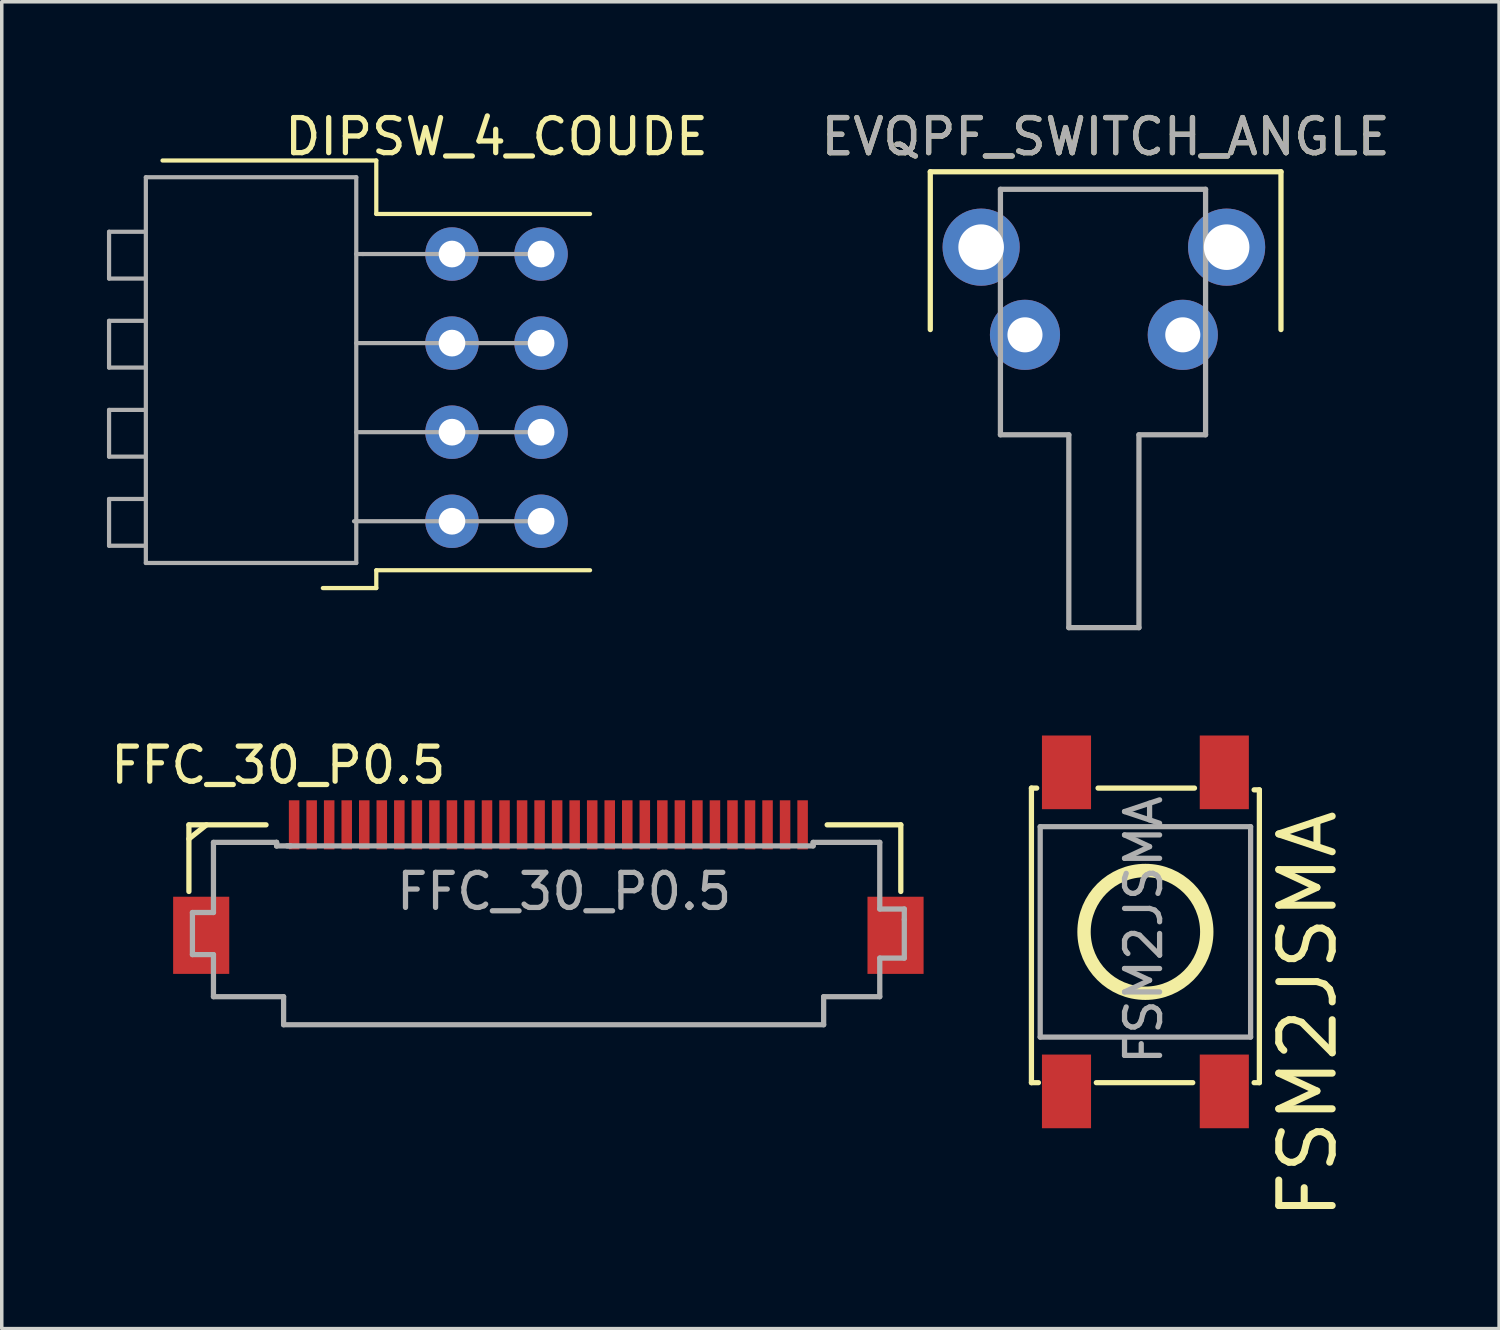
<source format=kicad_pcb>
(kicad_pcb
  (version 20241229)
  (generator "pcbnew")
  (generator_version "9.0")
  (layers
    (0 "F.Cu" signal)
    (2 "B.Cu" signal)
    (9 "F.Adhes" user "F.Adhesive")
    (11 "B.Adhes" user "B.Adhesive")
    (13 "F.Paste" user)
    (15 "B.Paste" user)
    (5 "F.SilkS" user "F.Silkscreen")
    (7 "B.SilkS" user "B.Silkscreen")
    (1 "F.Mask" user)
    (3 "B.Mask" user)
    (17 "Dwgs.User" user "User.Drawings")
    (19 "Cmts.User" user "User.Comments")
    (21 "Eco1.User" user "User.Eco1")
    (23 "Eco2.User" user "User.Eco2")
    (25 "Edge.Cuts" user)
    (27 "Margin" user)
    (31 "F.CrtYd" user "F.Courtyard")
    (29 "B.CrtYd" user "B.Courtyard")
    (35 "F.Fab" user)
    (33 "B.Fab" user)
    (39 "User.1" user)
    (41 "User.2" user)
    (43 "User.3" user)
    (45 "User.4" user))
  (footprint "FSM2JSMA"
    (layer "F.Cu")
    (at 29.612 23.523)
    (property "Reference" "FSM2JSMA" (at 4.632 2.36 90) (layer "F.SilkS") (effects (font (size 1.524 1.524) (thickness 0.2))))
    (attr through_hole)
    (fp_line (start -3.25 -4.1) (end -3.1 -4.1) (stroke (width 0.15) (type solid)) (layer "F.SilkS"))
    (fp_line (start -3.25 4.3) (end -3.25 -4.1) (stroke (width 0.15) (type solid)) (layer "F.SilkS"))
    (fp_line (start -3.05 4.3) (end -3.25 4.3) (stroke (width 0.15) (type solid)) (layer "F.SilkS"))
    (fp_line (start -1.35 -4.1) (end 1.4 -4.1) (stroke (width 0.15) (type solid)) (layer "F.SilkS"))
    (fp_line (start 1.35 4.3) (end -1.4 4.3) (stroke (width 0.15) (type solid)) (layer "F.SilkS"))
    (fp_line (start 3.1 -4.05) (end 3.25 -4.05) (stroke (width 0.15) (type solid)) (layer "F.SilkS"))
    (fp_line (start 3.25 -4.05) (end 3.25 4.3) (stroke (width 0.15) (type solid)) (layer "F.SilkS"))
    (fp_line (start 3.25 4.3) (end 3.1 4.3) (stroke (width 0.15) (type solid)) (layer "F.SilkS"))
    (fp_circle (center 0 0) (end 1.75 0) (stroke (width 0.381) (type solid)) (fill no) (layer "F.SilkS"))
    (fp_line (start -3 -3) (end -3 3) (stroke (width 0.15) (type solid)) (layer "F.Fab"))
    (fp_line (start -3 3) (end 3 3) (stroke (width 0.15) (type solid)) (layer "F.Fab"))
    (fp_line (start 3 -3) (end -3 -3) (stroke (width 0.15) (type solid)) (layer "F.Fab"))
    (fp_line (start 3 3) (end 3 -3) (stroke (width 0.15) (type solid)) (layer "F.Fab"))
    (fp_text user "${REFERENCE}" (at -0.05 -0.05 90) (layer "F.Fab") (effects (font (size 1 1) (thickness 0.15))))
    (pad "1" smd rect (at -2.25 -4.549) (size 1.4 2.101) (layers "F.Cu" "F.Mask" "F.Paste"))
    (pad "1" smd rect (at -2.25 4.549) (size 1.4 2.101) (layers "F.Cu" "F.Mask" "F.Paste"))
    (pad "2" smd rect (at 2.25 -4.549) (size 1.4 2.101) (layers "F.Cu" "F.Mask" "F.Paste"))
    (pad "2" smd rect (at 2.25 4.549) (size 1.4 2.101) (layers "F.Cu" "F.Mask" "F.Paste")))
  (footprint "EVQPF_SWITCH_ANGLE"
    (layer "F.Cu")
    (at 28.428 6.498)
    (property "Reference" "EVQPF_SWITCH_ANGLE" (at 0.05 -5.65 0) (layer "F.SilkS") (effects (font (size 1 1) (thickness 0.15))))
    (attr through_hole)
    (fp_line (start -4.95 -4.65) (end 5.05 -4.65) (stroke (width 0.15) (type solid)) (layer "F.SilkS"))
    (fp_line (start -4.95 -0.15) (end -4.95 -4.65) (stroke (width 0.15) (type solid)) (layer "F.SilkS"))
    (fp_line (start 5.05 -4.65) (end 5.05 -0.15) (stroke (width 0.15) (type solid)) (layer "F.SilkS"))
    (fp_line (start -2.95 -4.15) (end 2.9 -4.15) (stroke (width 0.15) (type solid)) (layer "F.Fab"))
    (fp_line (start -2.95 2.85) (end -2.95 -4.15) (stroke (width 0.15) (type solid)) (layer "F.Fab"))
    (fp_line (start -1 2.85) (end -2.95 2.85) (stroke (width 0.15) (type solid)) (layer "F.Fab"))
    (fp_line (start -1 8.35) (end -1 2.85) (stroke (width 0.15) (type solid)) (layer "F.Fab"))
    (fp_line (start 1 2.85) (end 1 8.35) (stroke (width 0.15) (type solid)) (layer "F.Fab"))
    (fp_line (start 1 2.85) (end 2.9 2.85) (stroke (width 0.15) (type solid)) (layer "F.Fab"))
    (fp_line (start 1 8.35) (end -1 8.35) (stroke (width 0.15) (type solid)) (layer "F.Fab"))
    (fp_line (start 2.9 -4.15) (end 2.9 2.85) (stroke (width 0.15) (type solid)) (layer "F.Fab"))
    (fp_text user "${REFERENCE}" (at 0.05 -5.65 0) (layer "F.Fab") (effects (font (size 1 1) (thickness 0.15))))
    (pad "" thru_hole circle (at -3.5 -2.5) (size 2.2 2.2) (drill 1.3) (layers "*.Cu" "*.Mask"))
    (pad "" thru_hole circle (at 3.5 -2.5) (size 2.2 2.2) (drill 1.3) (layers "*.Cu" "*.Mask"))
    (pad "1" thru_hole circle (at -2.25 0) (size 2 2) (drill 1) (layers "*.Cu" "*.Mask"))
    (pad "2" thru_hole circle (at 2.25 0) (size 2 2) (drill 1) (layers "*.Cu" "*.Mask")))
  (footprint "DIPSW_4_COUDE"
    (layer "F.Cu")
    (at 11.109 8.004)
    (property "Reference" "DIPSW_4_COUDE" (at 0 -7.156 0) (layer "F.SilkS") (effects (font (size 1 1) (thickness 0.15))))
    (attr through_hole)
    (fp_line (start -9.525 -6.477) (end -3.429 -6.477) (stroke (width 0.12) (type solid)) (layer "F.SilkS"))
    (fp_line (start -4.953 5.715) (end -3.429 5.715) (stroke (width 0.12) (type solid)) (layer "F.SilkS"))
    (fp_line (start -3.429 -6.477) (end -3.429 -4.953) (stroke (width 0.12) (type solid)) (layer "F.SilkS"))
    (fp_line (start -3.429 -4.953) (end 2.667 -4.953) (stroke (width 0.12) (type solid)) (layer "F.SilkS"))
    (fp_line (start -3.429 5.207) (end 2.667 5.207) (stroke (width 0.12) (type solid)) (layer "F.SilkS"))
    (fp_line (start -3.429 5.715) (end -3.429 5.207) (stroke (width 0.12) (type solid)) (layer "F.SilkS"))
    (fp_line (start -11.049 -4.445) (end -11.049 -3.111) (stroke (width 0.12) (type solid)) (layer "F.Fab"))
    (fp_line (start -11.049 -3.111) (end -10.033 -3.111) (stroke (width 0.12) (type solid)) (layer "F.Fab"))
    (fp_line (start -11.049 -1.905) (end -11.049 -0.572) (stroke (width 0.12) (type solid)) (layer "F.Fab"))
    (fp_line (start -11.049 -0.572) (end -10.033 -0.572) (stroke (width 0.12) (type solid)) (layer "F.Fab"))
    (fp_line (start -11.049 0.635) (end -11.049 1.968) (stroke (width 0.12) (type solid)) (layer "F.Fab"))
    (fp_line (start -11.049 1.968) (end -10.033 1.968) (stroke (width 0.12) (type solid)) (layer "F.Fab"))
    (fp_line (start -11.049 3.175) (end -11.049 4.508) (stroke (width 0.12) (type solid)) (layer "F.Fab"))
    (fp_line (start -11.049 4.508) (end -10.033 4.508) (stroke (width 0.12) (type solid)) (layer "F.Fab"))
    (fp_line (start -10.033 -4.445) (end -11.049 -4.445) (stroke (width 0.12) (type solid)) (layer "F.Fab"))
    (fp_line (start -10.033 -1.905) (end -11.049 -1.905) (stroke (width 0.12) (type solid)) (layer "F.Fab"))
    (fp_line (start -10.033 0.635) (end -11.049 0.635) (stroke (width 0.12) (type solid)) (layer "F.Fab"))
    (fp_line (start -10.033 3.175) (end -11.049 3.175) (stroke (width 0.12) (type solid)) (layer "F.Fab"))
    (fp_line (start -10 -6) (end -10 5) (stroke (width 0.12) (type solid)) (layer "F.Fab"))
    (fp_line (start -10 5) (end -4 5) (stroke (width 0.12) (type solid)) (layer "F.Fab"))
    (fp_line (start -4 -1.27) (end 1.27 -1.27) (stroke (width 0.12) (type solid)) (layer "F.Fab"))
    (fp_line (start -4 -6) (end -10 -6) (stroke (width 0.12) (type solid)) (layer "F.Fab"))
    (fp_line (start -4 5) (end -4 -6) (stroke (width 0.12) (type solid)) (layer "F.Fab"))
    (fp_line (start -3.81 -3.81) (end -4 -3.81) (stroke (width 0.12) (type solid)) (layer "F.Fab"))
    (fp_line (start 1.27 -3.81) (end -3.81 -3.81) (stroke (width 0.12) (type solid)) (layer "F.Fab"))
    (fp_line (start 1.27 1.27) (end -4 1.27) (stroke (width 0.12) (type solid)) (layer "F.Fab"))
    (fp_line (start 1.27 3.81) (end -4.064 3.81) (stroke (width 0.12) (type solid)) (layer "F.Fab"))
    (pad "1" thru_hole circle (at -1.27 -3.81) (size 1.524 1.524) (drill 0.762) (layers "*.Cu" "*.Mask"))
    (pad "2" thru_hole circle (at -1.27 -1.27) (size 1.524 1.524) (drill 0.762) (layers "*.Cu" "*.Mask"))
    (pad "3" thru_hole circle (at -1.27 1.27) (size 1.524 1.524) (drill 0.762) (layers "*.Cu" "*.Mask"))
    (pad "4" thru_hole circle (at -1.27 3.81) (size 1.524 1.524) (drill 0.762) (layers "*.Cu" "*.Mask"))
    (pad "5" thru_hole circle (at 1.27 3.81) (size 1.524 1.524) (drill 0.762) (layers "*.Cu" "*.Mask"))
    (pad "6" thru_hole circle (at 1.27 1.27) (size 1.524 1.524) (drill 0.762) (layers "*.Cu" "*.Mask"))
    (pad "7" thru_hole circle (at 1.27 -1.27) (size 1.524 1.524) (drill 0.762) (layers "*.Cu" "*.Mask"))
    (pad "8" thru_hole circle (at 1.27 -3.81) (size 1.524 1.524) (drill 0.762) (layers "*.Cu" "*.Mask")))
  (footprint "FFC_30_P0.5"
    (layer "F.Cu")
    (at 12.587 20.471)
    (property "Reference" "FFC_30_P0.5" (at -7.7 -1.7 0) (layer "F.SilkS") (effects (font (size 1 1) (thickness 0.15))))
    (attr through_hole)
    (fp_line (start -10.25 0) (end -10.25 1.9) (stroke (width 0.15) (type solid)) (layer "F.SilkS"))
    (fp_line (start -10.25 0.4) (end -9.75 0) (stroke (width 0.15) (type solid)) (layer "F.SilkS"))
    (fp_line (start -8.05 0) (end -10.25 0) (stroke (width 0.15) (type solid)) (layer "F.SilkS"))
    (fp_line (start 7.95 0) (end 10.05 0) (stroke (width 0.15) (type solid)) (layer "F.SilkS"))
    (fp_line (start 10.05 0) (end 10.05 1.9) (stroke (width 0.15) (type solid)) (layer "F.SilkS"))
    (fp_line (start -10.15 2.5) (end -10.15 3.7) (stroke (width 0.15) (type solid)) (layer "F.Fab"))
    (fp_line (start -10.15 3.7) (end -9.55 3.7) (stroke (width 0.15) (type solid)) (layer "F.Fab"))
    (fp_line (start -9.55 0.5) (end -9.55 2.5) (stroke (width 0.15) (type solid)) (layer "F.Fab"))
    (fp_line (start -9.55 2.5) (end -10.15 2.5) (stroke (width 0.15) (type solid)) (layer "F.Fab"))
    (fp_line (start -9.55 3.7) (end -9.55 4.9) (stroke (width 0.15) (type solid)) (layer "F.Fab"))
    (fp_line (start -9.55 4.9) (end -7.55 4.9) (stroke (width 0.15) (type solid)) (layer "F.Fab"))
    (fp_line (start -7.75 0.5) (end -9.55 0.5) (stroke (width 0.15) (type solid)) (layer "F.Fab"))
    (fp_line (start -7.75 0.5) (end -7.75 0.6) (stroke (width 0.15) (type solid)) (layer "F.Fab"))
    (fp_line (start -7.75 0.6) (end -7.75 0.5) (stroke (width 0.15) (type solid)) (layer "F.Fab"))
    (fp_line (start -7.55 4.9) (end -7.55 5.7) (stroke (width 0.15) (type solid)) (layer "F.Fab"))
    (fp_line (start -7.55 5.7) (end 7.85 5.7) (stroke (width 0.15) (type solid)) (layer "F.Fab"))
    (fp_line (start -7.35 0.6) (end -7.75 0.6) (stroke (width 0.15) (type solid)) (layer "F.Fab"))
    (fp_line (start 7.55 0.5) (end 7.55 0.6) (stroke (width 0.15) (type solid)) (layer "F.Fab"))
    (fp_line (start 7.55 0.6) (end -7.45 0.6) (stroke (width 0.15) (type solid)) (layer "F.Fab"))
    (fp_line (start 7.85 4.9) (end 9.45 4.9) (stroke (width 0.15) (type solid)) (layer "F.Fab"))
    (fp_line (start 7.85 5.7) (end 7.85 4.9) (stroke (width 0.15) (type solid)) (layer "F.Fab"))
    (fp_line (start 9.45 0.5) (end 7.55 0.5) (stroke (width 0.15) (type solid)) (layer "F.Fab"))
    (fp_line (start 9.45 2.4) (end 9.45 0.5) (stroke (width 0.15) (type solid)) (layer "F.Fab"))
    (fp_line (start 9.45 3.8) (end 10.15 3.8) (stroke (width 0.15) (type solid)) (layer "F.Fab"))
    (fp_line (start 9.45 4.9) (end 9.45 3.8) (stroke (width 0.15) (type solid)) (layer "F.Fab"))
    (fp_line (start 10.15 2.4) (end 9.45 2.4) (stroke (width 0.15) (type solid)) (layer "F.Fab"))
    (fp_line (start 10.15 2.7) (end 10.15 2.4) (stroke (width 0.15) (type solid)) (layer "F.Fab"))
    (fp_line (start 10.15 3.8) (end 10.15 2.7) (stroke (width 0.15) (type solid)) (layer "F.Fab"))
    (fp_text user "${REFERENCE}" (at 0.45 1.9 0) (layer "F.Fab") (effects (font (size 1 1) (thickness 0.15))))
    (pad "" smd rect (at -9.9 3.15) (size 1.6 2.2) (layers "F.Cu" "F.Mask" "F.Paste"))
    (pad "" smd rect (at 9.9 3.15) (size 1.6 2.2) (layers "F.Cu" "F.Mask" "F.Paste"))
    (pad "1" smd rect (at -7.25 0) (size 0.3 1.4) (layers "F.Cu" "F.Mask" "F.Paste"))
    (pad "2" smd rect (at -6.75 0) (size 0.3 1.4) (layers "F.Cu" "F.Mask" "F.Paste"))
    (pad "3" smd rect (at -6.25 0) (size 0.3 1.4) (layers "F.Cu" "F.Mask" "F.Paste"))
    (pad "4" smd rect (at -5.75 0) (size 0.3 1.4) (layers "F.Cu" "F.Mask" "F.Paste"))
    (pad "5" smd rect (at -5.25 0) (size 0.3 1.4) (layers "F.Cu" "F.Mask" "F.Paste"))
    (pad "6" smd rect (at -4.75 0) (size 0.3 1.4) (layers "F.Cu" "F.Mask" "F.Paste"))
    (pad "7" smd rect (at -4.25 0) (size 0.3 1.4) (layers "F.Cu" "F.Mask" "F.Paste"))
    (pad "8" smd rect (at -3.75 0) (size 0.3 1.4) (layers "F.Cu" "F.Mask" "F.Paste"))
    (pad "9" smd rect (at -3.25 0) (size 0.3 1.4) (layers "F.Cu" "F.Mask" "F.Paste"))
    (pad "10" smd rect (at -2.75 0) (size 0.3 1.4) (layers "F.Cu" "F.Mask" "F.Paste"))
    (pad "11" smd rect (at -2.25 0) (size 0.3 1.4) (layers "F.Cu" "F.Mask" "F.Paste"))
    (pad "12" smd rect (at -1.75 0) (size 0.3 1.4) (layers "F.Cu" "F.Mask" "F.Paste"))
    (pad "13" smd rect (at -1.25 0) (size 0.3 1.4) (layers "F.Cu" "F.Mask" "F.Paste"))
    (pad "14" smd rect (at -0.75 0) (size 0.3 1.4) (layers "F.Cu" "F.Mask" "F.Paste"))
    (pad "15" smd rect (at -0.25 0) (size 0.3 1.4) (layers "F.Cu" "F.Mask" "F.Paste"))
    (pad "16" smd rect (at 0.25 0) (size 0.3 1.4) (layers "F.Cu" "F.Mask" "F.Paste"))
    (pad "17" smd rect (at 0.75 0) (size 0.3 1.4) (layers "F.Cu" "F.Mask" "F.Paste"))
    (pad "18" smd rect (at 1.25 0) (size 0.3 1.4) (layers "F.Cu" "F.Mask" "F.Paste"))
    (pad "19" smd rect (at 1.75 0) (size 0.3 1.4) (layers "F.Cu" "F.Mask" "F.Paste"))
    (pad "20" smd rect (at 2.25 0) (size 0.3 1.4) (layers "F.Cu" "F.Mask" "F.Paste"))
    (pad "21" smd rect (at 2.75 0) (size 0.3 1.4) (layers "F.Cu" "F.Mask" "F.Paste"))
    (pad "22" smd rect (at 3.25 0) (size 0.3 1.4) (layers "F.Cu" "F.Mask" "F.Paste"))
    (pad "23" smd rect (at 3.75 0) (size 0.3 1.4) (layers "F.Cu" "F.Mask" "F.Paste"))
    (pad "24" smd rect (at 4.25 0) (size 0.3 1.4) (layers "F.Cu" "F.Mask" "F.Paste"))
    (pad "25" smd rect (at 4.75 0) (size 0.3 1.4) (layers "F.Cu" "F.Mask" "F.Paste"))
    (pad "26" smd rect (at 5.25 0) (size 0.3 1.4) (layers "F.Cu" "F.Mask" "F.Paste"))
    (pad "27" smd rect (at 5.75 0) (size 0.3 1.4) (layers "F.Cu" "F.Mask" "F.Paste"))
    (pad "28" smd rect (at 6.25 0) (size 0.3 1.4) (layers "F.Cu" "F.Mask" "F.Paste"))
    (pad "29" smd rect (at 6.75 0) (size 0.3 1.4) (layers "F.Cu" "F.Mask" "F.Paste"))
    (pad "30" smd rect (at 7.25 0) (size 0.3 1.4) (layers "F.Cu" "F.Mask" "F.Paste")))
  (gr_rect
    (start -3 -3)
    (end 39.698 34.836)
    (stroke (width 0.1) (type default))
    (fill no)
    (layer "Edge.Cuts")))
</source>
